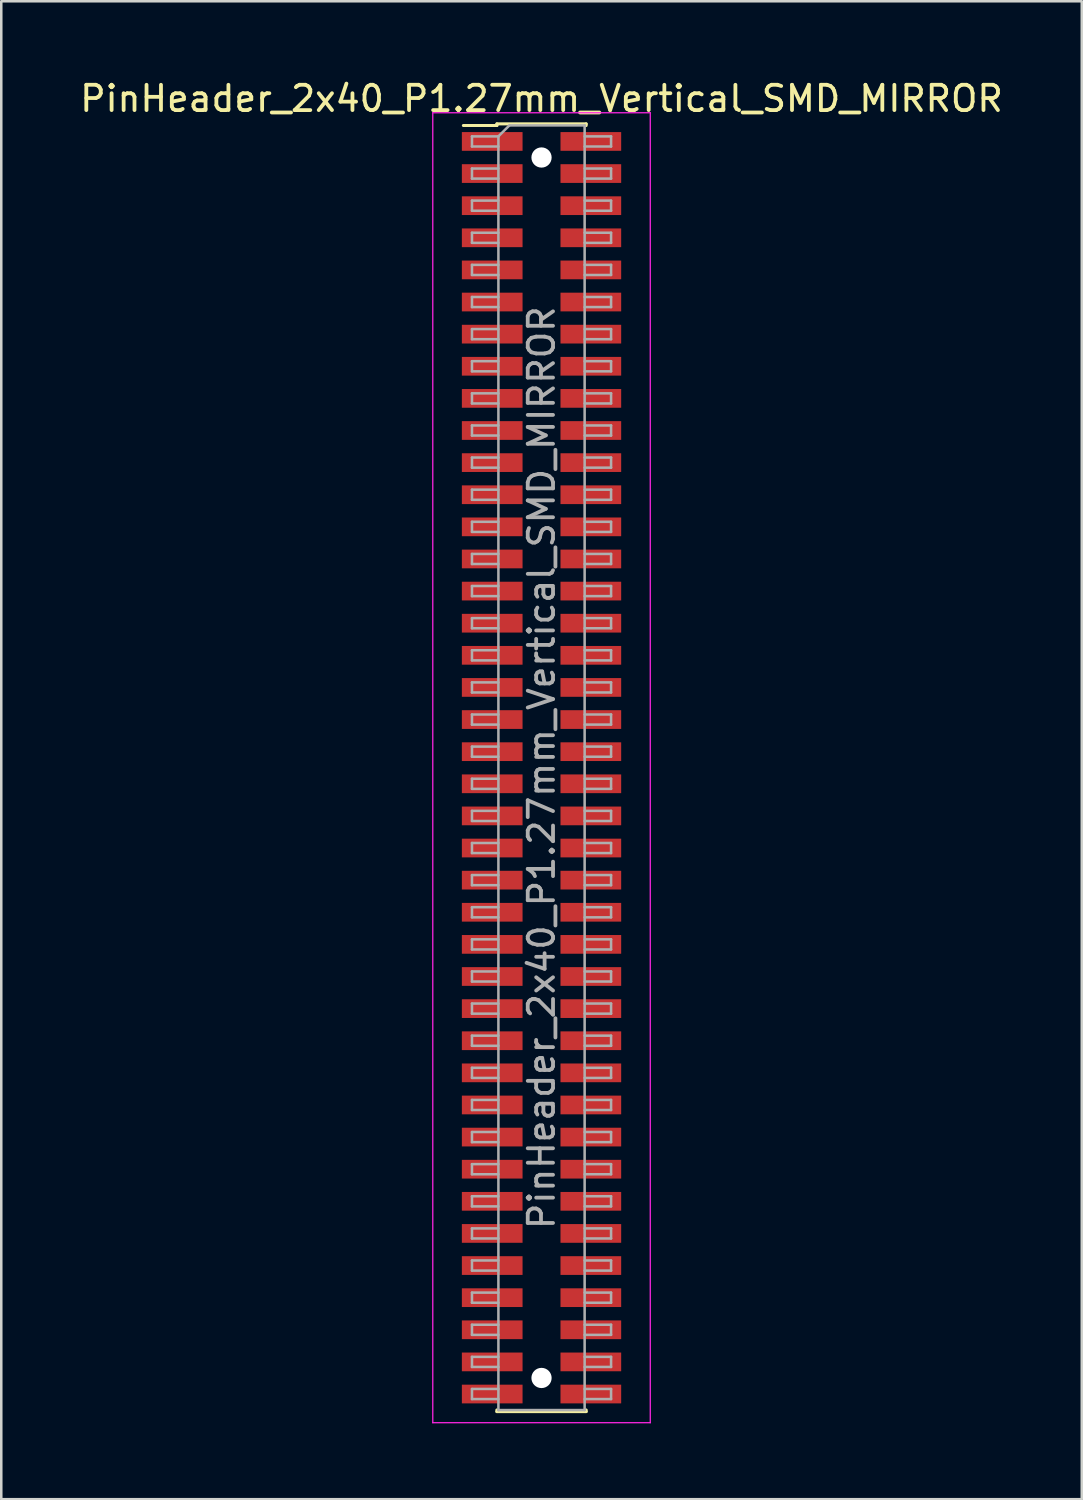
<source format=kicad_pcb>
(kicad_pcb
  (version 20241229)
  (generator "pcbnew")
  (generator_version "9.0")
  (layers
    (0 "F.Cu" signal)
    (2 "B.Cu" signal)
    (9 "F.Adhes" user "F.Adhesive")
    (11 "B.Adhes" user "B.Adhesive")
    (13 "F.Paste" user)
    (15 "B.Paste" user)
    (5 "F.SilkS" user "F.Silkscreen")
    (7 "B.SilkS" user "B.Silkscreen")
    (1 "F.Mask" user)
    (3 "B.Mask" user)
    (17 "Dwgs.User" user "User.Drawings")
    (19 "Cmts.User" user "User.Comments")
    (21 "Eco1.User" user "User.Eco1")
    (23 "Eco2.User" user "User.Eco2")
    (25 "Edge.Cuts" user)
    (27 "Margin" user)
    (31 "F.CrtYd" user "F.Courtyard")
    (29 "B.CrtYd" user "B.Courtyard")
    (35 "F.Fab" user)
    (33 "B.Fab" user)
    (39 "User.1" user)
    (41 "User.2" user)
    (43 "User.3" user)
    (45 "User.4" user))
  (footprint "PinHeader_2x40_P1.27mm_Vertical_SMD_MIRROR"
    (layer "F.Cu")
    (at 18.363 27.308)
    (property "Reference" "PinHeader_2x40_P1.27mm_Vertical_SMD_MIRROR" (at 0 -26.46 0) (layer "F.SilkS") (effects (font (size 1 1) (thickness 0.15))))
    (attr smd)
    (fp_line (start -3.09 -25.395) (end -1.765 -25.395) (stroke (width 0.12) (type solid)) (layer "F.SilkS"))
    (fp_line (start -1.765 -25.46) (end -1.765 -25.395) (stroke (width 0.12) (type solid)) (layer "F.SilkS"))
    (fp_line (start -1.765 -25.46) (end 1.765 -25.46) (stroke (width 0.12) (type solid)) (layer "F.SilkS"))
    (fp_line (start -1.765 25.395) (end -1.765 25.46) (stroke (width 0.12) (type solid)) (layer "F.SilkS"))
    (fp_line (start -1.765 25.46) (end 1.765 25.46) (stroke (width 0.12) (type solid)) (layer "F.SilkS"))
    (fp_line (start 1.765 -25.46) (end 1.765 -25.395) (stroke (width 0.12) (type solid)) (layer "F.SilkS"))
    (fp_line (start 1.765 25.395) (end 1.765 25.46) (stroke (width 0.12) (type solid)) (layer "F.SilkS"))
    (fp_line (start -4.3 -25.9) (end -4.3 25.9) (stroke (width 0.05) (type solid)) (layer "F.CrtYd"))
    (fp_line (start -4.3 25.9) (end 4.3 25.9) (stroke (width 0.05) (type solid)) (layer "F.CrtYd"))
    (fp_line (start 4.3 -25.9) (end -4.3 -25.9) (stroke (width 0.05) (type solid)) (layer "F.CrtYd"))
    (fp_line (start 4.3 25.9) (end 4.3 -25.9) (stroke (width 0.05) (type solid)) (layer "F.CrtYd"))
    (fp_line (start -2.75 -24.965) (end -2.75 -24.565) (stroke (width 0.1) (type solid)) (layer "F.Fab"))
    (fp_line (start -2.75 -24.565) (end -1.705 -24.565) (stroke (width 0.1) (type solid)) (layer "F.Fab"))
    (fp_line (start -2.75 -23.695) (end -2.75 -23.295) (stroke (width 0.1) (type solid)) (layer "F.Fab"))
    (fp_line (start -2.75 -23.295) (end -1.705 -23.295) (stroke (width 0.1) (type solid)) (layer "F.Fab"))
    (fp_line (start -2.75 -22.425) (end -2.75 -22.025) (stroke (width 0.1) (type solid)) (layer "F.Fab"))
    (fp_line (start -2.75 -22.025) (end -1.705 -22.025) (stroke (width 0.1) (type solid)) (layer "F.Fab"))
    (fp_line (start -2.75 -21.155) (end -2.75 -20.755) (stroke (width 0.1) (type solid)) (layer "F.Fab"))
    (fp_line (start -2.75 -20.755) (end -1.705 -20.755) (stroke (width 0.1) (type solid)) (layer "F.Fab"))
    (fp_line (start -2.75 -19.885) (end -2.75 -19.485) (stroke (width 0.1) (type solid)) (layer "F.Fab"))
    (fp_line (start -2.75 -19.485) (end -1.705 -19.485) (stroke (width 0.1) (type solid)) (layer "F.Fab"))
    (fp_line (start -2.75 -18.615) (end -2.75 -18.215) (stroke (width 0.1) (type solid)) (layer "F.Fab"))
    (fp_line (start -2.75 -18.215) (end -1.705 -18.215) (stroke (width 0.1) (type solid)) (layer "F.Fab"))
    (fp_line (start -2.75 -17.345) (end -2.75 -16.945) (stroke (width 0.1) (type solid)) (layer "F.Fab"))
    (fp_line (start -2.75 -16.945) (end -1.705 -16.945) (stroke (width 0.1) (type solid)) (layer "F.Fab"))
    (fp_line (start -2.75 -16.075) (end -2.75 -15.675) (stroke (width 0.1) (type solid)) (layer "F.Fab"))
    (fp_line (start -2.75 -15.675) (end -1.705 -15.675) (stroke (width 0.1) (type solid)) (layer "F.Fab"))
    (fp_line (start -2.75 -14.805) (end -2.75 -14.405) (stroke (width 0.1) (type solid)) (layer "F.Fab"))
    (fp_line (start -2.75 -14.405) (end -1.705 -14.405) (stroke (width 0.1) (type solid)) (layer "F.Fab"))
    (fp_line (start -2.75 -13.535) (end -2.75 -13.135) (stroke (width 0.1) (type solid)) (layer "F.Fab"))
    (fp_line (start -2.75 -13.135) (end -1.705 -13.135) (stroke (width 0.1) (type solid)) (layer "F.Fab"))
    (fp_line (start -2.75 -12.265) (end -2.75 -11.865) (stroke (width 0.1) (type solid)) (layer "F.Fab"))
    (fp_line (start -2.75 -11.865) (end -1.705 -11.865) (stroke (width 0.1) (type solid)) (layer "F.Fab"))
    (fp_line (start -2.75 -10.995) (end -2.75 -10.595) (stroke (width 0.1) (type solid)) (layer "F.Fab"))
    (fp_line (start -2.75 -10.595) (end -1.705 -10.595) (stroke (width 0.1) (type solid)) (layer "F.Fab"))
    (fp_line (start -2.75 -9.725) (end -2.75 -9.325) (stroke (width 0.1) (type solid)) (layer "F.Fab"))
    (fp_line (start -2.75 -9.325) (end -1.705 -9.325) (stroke (width 0.1) (type solid)) (layer "F.Fab"))
    (fp_line (start -2.75 -8.455) (end -2.75 -8.055) (stroke (width 0.1) (type solid)) (layer "F.Fab"))
    (fp_line (start -2.75 -8.055) (end -1.705 -8.055) (stroke (width 0.1) (type solid)) (layer "F.Fab"))
    (fp_line (start -2.75 -7.185) (end -2.75 -6.785) (stroke (width 0.1) (type solid)) (layer "F.Fab"))
    (fp_line (start -2.75 -6.785) (end -1.705 -6.785) (stroke (width 0.1) (type solid)) (layer "F.Fab"))
    (fp_line (start -2.75 -5.915) (end -2.75 -5.515) (stroke (width 0.1) (type solid)) (layer "F.Fab"))
    (fp_line (start -2.75 -5.515) (end -1.705 -5.515) (stroke (width 0.1) (type solid)) (layer "F.Fab"))
    (fp_line (start -2.75 -4.645) (end -2.75 -4.245) (stroke (width 0.1) (type solid)) (layer "F.Fab"))
    (fp_line (start -2.75 -4.245) (end -1.705 -4.245) (stroke (width 0.1) (type solid)) (layer "F.Fab"))
    (fp_line (start -2.75 -3.375) (end -2.75 -2.975) (stroke (width 0.1) (type solid)) (layer "F.Fab"))
    (fp_line (start -2.75 -2.975) (end -1.705 -2.975) (stroke (width 0.1) (type solid)) (layer "F.Fab"))
    (fp_line (start -2.75 -2.105) (end -2.75 -1.705) (stroke (width 0.1) (type solid)) (layer "F.Fab"))
    (fp_line (start -2.75 -1.705) (end -1.705 -1.705) (stroke (width 0.1) (type solid)) (layer "F.Fab"))
    (fp_line (start -2.75 -0.835) (end -2.75 -0.435) (stroke (width 0.1) (type solid)) (layer "F.Fab"))
    (fp_line (start -2.75 -0.435) (end -1.705 -0.435) (stroke (width 0.1) (type solid)) (layer "F.Fab"))
    (fp_line (start -2.75 0.435) (end -2.75 0.835) (stroke (width 0.1) (type solid)) (layer "F.Fab"))
    (fp_line (start -2.75 0.835) (end -1.705 0.835) (stroke (width 0.1) (type solid)) (layer "F.Fab"))
    (fp_line (start -2.75 1.705) (end -2.75 2.105) (stroke (width 0.1) (type solid)) (layer "F.Fab"))
    (fp_line (start -2.75 2.105) (end -1.705 2.105) (stroke (width 0.1) (type solid)) (layer "F.Fab"))
    (fp_line (start -2.75 2.975) (end -2.75 3.375) (stroke (width 0.1) (type solid)) (layer "F.Fab"))
    (fp_line (start -2.75 3.375) (end -1.705 3.375) (stroke (width 0.1) (type solid)) (layer "F.Fab"))
    (fp_line (start -2.75 4.245) (end -2.75 4.645) (stroke (width 0.1) (type solid)) (layer "F.Fab"))
    (fp_line (start -2.75 4.645) (end -1.705 4.645) (stroke (width 0.1) (type solid)) (layer "F.Fab"))
    (fp_line (start -2.75 5.515) (end -2.75 5.915) (stroke (width 0.1) (type solid)) (layer "F.Fab"))
    (fp_line (start -2.75 5.915) (end -1.705 5.915) (stroke (width 0.1) (type solid)) (layer "F.Fab"))
    (fp_line (start -2.75 6.785) (end -2.75 7.185) (stroke (width 0.1) (type solid)) (layer "F.Fab"))
    (fp_line (start -2.75 7.185) (end -1.705 7.185) (stroke (width 0.1) (type solid)) (layer "F.Fab"))
    (fp_line (start -2.75 8.055) (end -2.75 8.455) (stroke (width 0.1) (type solid)) (layer "F.Fab"))
    (fp_line (start -2.75 8.455) (end -1.705 8.455) (stroke (width 0.1) (type solid)) (layer "F.Fab"))
    (fp_line (start -2.75 9.325) (end -2.75 9.725) (stroke (width 0.1) (type solid)) (layer "F.Fab"))
    (fp_line (start -2.75 9.725) (end -1.705 9.725) (stroke (width 0.1) (type solid)) (layer "F.Fab"))
    (fp_line (start -2.75 10.595) (end -2.75 10.995) (stroke (width 0.1) (type solid)) (layer "F.Fab"))
    (fp_line (start -2.75 10.995) (end -1.705 10.995) (stroke (width 0.1) (type solid)) (layer "F.Fab"))
    (fp_line (start -2.75 11.865) (end -2.75 12.265) (stroke (width 0.1) (type solid)) (layer "F.Fab"))
    (fp_line (start -2.75 12.265) (end -1.705 12.265) (stroke (width 0.1) (type solid)) (layer "F.Fab"))
    (fp_line (start -2.75 13.135) (end -2.75 13.535) (stroke (width 0.1) (type solid)) (layer "F.Fab"))
    (fp_line (start -2.75 13.535) (end -1.705 13.535) (stroke (width 0.1) (type solid)) (layer "F.Fab"))
    (fp_line (start -2.75 14.405) (end -2.75 14.805) (stroke (width 0.1) (type solid)) (layer "F.Fab"))
    (fp_line (start -2.75 14.805) (end -1.705 14.805) (stroke (width 0.1) (type solid)) (layer "F.Fab"))
    (fp_line (start -2.75 15.675) (end -2.75 16.075) (stroke (width 0.1) (type solid)) (layer "F.Fab"))
    (fp_line (start -2.75 16.075) (end -1.705 16.075) (stroke (width 0.1) (type solid)) (layer "F.Fab"))
    (fp_line (start -2.75 16.945) (end -2.75 17.345) (stroke (width 0.1) (type solid)) (layer "F.Fab"))
    (fp_line (start -2.75 17.345) (end -1.705 17.345) (stroke (width 0.1) (type solid)) (layer "F.Fab"))
    (fp_line (start -2.75 18.215) (end -2.75 18.615) (stroke (width 0.1) (type solid)) (layer "F.Fab"))
    (fp_line (start -2.75 18.615) (end -1.705 18.615) (stroke (width 0.1) (type solid)) (layer "F.Fab"))
    (fp_line (start -2.75 19.485) (end -2.75 19.885) (stroke (width 0.1) (type solid)) (layer "F.Fab"))
    (fp_line (start -2.75 19.885) (end -1.705 19.885) (stroke (width 0.1) (type solid)) (layer "F.Fab"))
    (fp_line (start -2.75 20.755) (end -2.75 21.155) (stroke (width 0.1) (type solid)) (layer "F.Fab"))
    (fp_line (start -2.75 21.155) (end -1.705 21.155) (stroke (width 0.1) (type solid)) (layer "F.Fab"))
    (fp_line (start -2.75 22.025) (end -2.75 22.425) (stroke (width 0.1) (type solid)) (layer "F.Fab"))
    (fp_line (start -2.75 22.425) (end -1.705 22.425) (stroke (width 0.1) (type solid)) (layer "F.Fab"))
    (fp_line (start -2.75 23.295) (end -2.75 23.695) (stroke (width 0.1) (type solid)) (layer "F.Fab"))
    (fp_line (start -2.75 23.695) (end -1.705 23.695) (stroke (width 0.1) (type solid)) (layer "F.Fab"))
    (fp_line (start -2.75 24.565) (end -2.75 24.965) (stroke (width 0.1) (type solid)) (layer "F.Fab"))
    (fp_line (start -2.75 24.965) (end -1.705 24.965) (stroke (width 0.1) (type solid)) (layer "F.Fab"))
    (fp_line (start -1.705 -24.965) (end -2.75 -24.965) (stroke (width 0.1) (type solid)) (layer "F.Fab"))
    (fp_line (start -1.705 -24.965) (end -1.27 -25.4) (stroke (width 0.1) (type solid)) (layer "F.Fab"))
    (fp_line (start -1.705 -23.695) (end -2.75 -23.695) (stroke (width 0.1) (type solid)) (layer "F.Fab"))
    (fp_line (start -1.705 -22.425) (end -2.75 -22.425) (stroke (width 0.1) (type solid)) (layer "F.Fab"))
    (fp_line (start -1.705 -21.155) (end -2.75 -21.155) (stroke (width 0.1) (type solid)) (layer "F.Fab"))
    (fp_line (start -1.705 -19.885) (end -2.75 -19.885) (stroke (width 0.1) (type solid)) (layer "F.Fab"))
    (fp_line (start -1.705 -18.615) (end -2.75 -18.615) (stroke (width 0.1) (type solid)) (layer "F.Fab"))
    (fp_line (start -1.705 -17.345) (end -2.75 -17.345) (stroke (width 0.1) (type solid)) (layer "F.Fab"))
    (fp_line (start -1.705 -16.075) (end -2.75 -16.075) (stroke (width 0.1) (type solid)) (layer "F.Fab"))
    (fp_line (start -1.705 -14.805) (end -2.75 -14.805) (stroke (width 0.1) (type solid)) (layer "F.Fab"))
    (fp_line (start -1.705 -13.535) (end -2.75 -13.535) (stroke (width 0.1) (type solid)) (layer "F.Fab"))
    (fp_line (start -1.705 -12.265) (end -2.75 -12.265) (stroke (width 0.1) (type solid)) (layer "F.Fab"))
    (fp_line (start -1.705 -10.995) (end -2.75 -10.995) (stroke (width 0.1) (type solid)) (layer "F.Fab"))
    (fp_line (start -1.705 -9.725) (end -2.75 -9.725) (stroke (width 0.1) (type solid)) (layer "F.Fab"))
    (fp_line (start -1.705 -8.455) (end -2.75 -8.455) (stroke (width 0.1) (type solid)) (layer "F.Fab"))
    (fp_line (start -1.705 -7.185) (end -2.75 -7.185) (stroke (width 0.1) (type solid)) (layer "F.Fab"))
    (fp_line (start -1.705 -5.915) (end -2.75 -5.915) (stroke (width 0.1) (type solid)) (layer "F.Fab"))
    (fp_line (start -1.705 -4.645) (end -2.75 -4.645) (stroke (width 0.1) (type solid)) (layer "F.Fab"))
    (fp_line (start -1.705 -3.375) (end -2.75 -3.375) (stroke (width 0.1) (type solid)) (layer "F.Fab"))
    (fp_line (start -1.705 -2.105) (end -2.75 -2.105) (stroke (width 0.1) (type solid)) (layer "F.Fab"))
    (fp_line (start -1.705 -0.835) (end -2.75 -0.835) (stroke (width 0.1) (type solid)) (layer "F.Fab"))
    (fp_line (start -1.705 0.435) (end -2.75 0.435) (stroke (width 0.1) (type solid)) (layer "F.Fab"))
    (fp_line (start -1.705 1.705) (end -2.75 1.705) (stroke (width 0.1) (type solid)) (layer "F.Fab"))
    (fp_line (start -1.705 2.975) (end -2.75 2.975) (stroke (width 0.1) (type solid)) (layer "F.Fab"))
    (fp_line (start -1.705 4.245) (end -2.75 4.245) (stroke (width 0.1) (type solid)) (layer "F.Fab"))
    (fp_line (start -1.705 5.515) (end -2.75 5.515) (stroke (width 0.1) (type solid)) (layer "F.Fab"))
    (fp_line (start -1.705 6.785) (end -2.75 6.785) (stroke (width 0.1) (type solid)) (layer "F.Fab"))
    (fp_line (start -1.705 8.055) (end -2.75 8.055) (stroke (width 0.1) (type solid)) (layer "F.Fab"))
    (fp_line (start -1.705 9.325) (end -2.75 9.325) (stroke (width 0.1) (type solid)) (layer "F.Fab"))
    (fp_line (start -1.705 10.595) (end -2.75 10.595) (stroke (width 0.1) (type solid)) (layer "F.Fab"))
    (fp_line (start -1.705 11.865) (end -2.75 11.865) (stroke (width 0.1) (type solid)) (layer "F.Fab"))
    (fp_line (start -1.705 13.135) (end -2.75 13.135) (stroke (width 0.1) (type solid)) (layer "F.Fab"))
    (fp_line (start -1.705 14.405) (end -2.75 14.405) (stroke (width 0.1) (type solid)) (layer "F.Fab"))
    (fp_line (start -1.705 15.675) (end -2.75 15.675) (stroke (width 0.1) (type solid)) (layer "F.Fab"))
    (fp_line (start -1.705 16.945) (end -2.75 16.945) (stroke (width 0.1) (type solid)) (layer "F.Fab"))
    (fp_line (start -1.705 18.215) (end -2.75 18.215) (stroke (width 0.1) (type solid)) (layer "F.Fab"))
    (fp_line (start -1.705 19.485) (end -2.75 19.485) (stroke (width 0.1) (type solid)) (layer "F.Fab"))
    (fp_line (start -1.705 20.755) (end -2.75 20.755) (stroke (width 0.1) (type solid)) (layer "F.Fab"))
    (fp_line (start -1.705 22.025) (end -2.75 22.025) (stroke (width 0.1) (type solid)) (layer "F.Fab"))
    (fp_line (start -1.705 23.295) (end -2.75 23.295) (stroke (width 0.1) (type solid)) (layer "F.Fab"))
    (fp_line (start -1.705 24.565) (end -2.75 24.565) (stroke (width 0.1) (type solid)) (layer "F.Fab"))
    (fp_line (start -1.705 25.4) (end -1.705 -24.965) (stroke (width 0.1) (type solid)) (layer "F.Fab"))
    (fp_line (start -1.27 -25.4) (end 1.705 -25.4) (stroke (width 0.1) (type solid)) (layer "F.Fab"))
    (fp_line (start 1.705 -25.4) (end 1.705 25.4) (stroke (width 0.1) (type solid)) (layer "F.Fab"))
    (fp_line (start 1.705 -24.965) (end 2.75 -24.965) (stroke (width 0.1) (type solid)) (layer "F.Fab"))
    (fp_line (start 1.705 -23.695) (end 2.75 -23.695) (stroke (width 0.1) (type solid)) (layer "F.Fab"))
    (fp_line (start 1.705 -22.425) (end 2.75 -22.425) (stroke (width 0.1) (type solid)) (layer "F.Fab"))
    (fp_line (start 1.705 -21.155) (end 2.75 -21.155) (stroke (width 0.1) (type solid)) (layer "F.Fab"))
    (fp_line (start 1.705 -19.885) (end 2.75 -19.885) (stroke (width 0.1) (type solid)) (layer "F.Fab"))
    (fp_line (start 1.705 -18.615) (end 2.75 -18.615) (stroke (width 0.1) (type solid)) (layer "F.Fab"))
    (fp_line (start 1.705 -17.345) (end 2.75 -17.345) (stroke (width 0.1) (type solid)) (layer "F.Fab"))
    (fp_line (start 1.705 -16.075) (end 2.75 -16.075) (stroke (width 0.1) (type solid)) (layer "F.Fab"))
    (fp_line (start 1.705 -14.805) (end 2.75 -14.805) (stroke (width 0.1) (type solid)) (layer "F.Fab"))
    (fp_line (start 1.705 -13.535) (end 2.75 -13.535) (stroke (width 0.1) (type solid)) (layer "F.Fab"))
    (fp_line (start 1.705 -12.265) (end 2.75 -12.265) (stroke (width 0.1) (type solid)) (layer "F.Fab"))
    (fp_line (start 1.705 -10.995) (end 2.75 -10.995) (stroke (width 0.1) (type solid)) (layer "F.Fab"))
    (fp_line (start 1.705 -9.725) (end 2.75 -9.725) (stroke (width 0.1) (type solid)) (layer "F.Fab"))
    (fp_line (start 1.705 -8.455) (end 2.75 -8.455) (stroke (width 0.1) (type solid)) (layer "F.Fab"))
    (fp_line (start 1.705 -7.185) (end 2.75 -7.185) (stroke (width 0.1) (type solid)) (layer "F.Fab"))
    (fp_line (start 1.705 -5.915) (end 2.75 -5.915) (stroke (width 0.1) (type solid)) (layer "F.Fab"))
    (fp_line (start 1.705 -4.645) (end 2.75 -4.645) (stroke (width 0.1) (type solid)) (layer "F.Fab"))
    (fp_line (start 1.705 -3.375) (end 2.75 -3.375) (stroke (width 0.1) (type solid)) (layer "F.Fab"))
    (fp_line (start 1.705 -2.105) (end 2.75 -2.105) (stroke (width 0.1) (type solid)) (layer "F.Fab"))
    (fp_line (start 1.705 -0.835) (end 2.75 -0.835) (stroke (width 0.1) (type solid)) (layer "F.Fab"))
    (fp_line (start 1.705 0.435) (end 2.75 0.435) (stroke (width 0.1) (type solid)) (layer "F.Fab"))
    (fp_line (start 1.705 1.705) (end 2.75 1.705) (stroke (width 0.1) (type solid)) (layer "F.Fab"))
    (fp_line (start 1.705 2.975) (end 2.75 2.975) (stroke (width 0.1) (type solid)) (layer "F.Fab"))
    (fp_line (start 1.705 4.245) (end 2.75 4.245) (stroke (width 0.1) (type solid)) (layer "F.Fab"))
    (fp_line (start 1.705 5.515) (end 2.75 5.515) (stroke (width 0.1) (type solid)) (layer "F.Fab"))
    (fp_line (start 1.705 6.785) (end 2.75 6.785) (stroke (width 0.1) (type solid)) (layer "F.Fab"))
    (fp_line (start 1.705 8.055) (end 2.75 8.055) (stroke (width 0.1) (type solid)) (layer "F.Fab"))
    (fp_line (start 1.705 9.325) (end 2.75 9.325) (stroke (width 0.1) (type solid)) (layer "F.Fab"))
    (fp_line (start 1.705 10.595) (end 2.75 10.595) (stroke (width 0.1) (type solid)) (layer "F.Fab"))
    (fp_line (start 1.705 11.865) (end 2.75 11.865) (stroke (width 0.1) (type solid)) (layer "F.Fab"))
    (fp_line (start 1.705 13.135) (end 2.75 13.135) (stroke (width 0.1) (type solid)) (layer "F.Fab"))
    (fp_line (start 1.705 14.405) (end 2.75 14.405) (stroke (width 0.1) (type solid)) (layer "F.Fab"))
    (fp_line (start 1.705 15.675) (end 2.75 15.675) (stroke (width 0.1) (type solid)) (layer "F.Fab"))
    (fp_line (start 1.705 16.945) (end 2.75 16.945) (stroke (width 0.1) (type solid)) (layer "F.Fab"))
    (fp_line (start 1.705 18.215) (end 2.75 18.215) (stroke (width 0.1) (type solid)) (layer "F.Fab"))
    (fp_line (start 1.705 19.485) (end 2.75 19.485) (stroke (width 0.1) (type solid)) (layer "F.Fab"))
    (fp_line (start 1.705 20.755) (end 2.75 20.755) (stroke (width 0.1) (type solid)) (layer "F.Fab"))
    (fp_line (start 1.705 22.025) (end 2.75 22.025) (stroke (width 0.1) (type solid)) (layer "F.Fab"))
    (fp_line (start 1.705 23.295) (end 2.75 23.295) (stroke (width 0.1) (type solid)) (layer "F.Fab"))
    (fp_line (start 1.705 24.565) (end 2.75 24.565) (stroke (width 0.1) (type solid)) (layer "F.Fab"))
    (fp_line (start 1.705 25.4) (end -1.705 25.4) (stroke (width 0.1) (type solid)) (layer "F.Fab"))
    (fp_line (start 2.75 -24.965) (end 2.75 -24.565) (stroke (width 0.1) (type solid)) (layer "F.Fab"))
    (fp_line (start 2.75 -24.565) (end 1.705 -24.565) (stroke (width 0.1) (type solid)) (layer "F.Fab"))
    (fp_line (start 2.75 -23.695) (end 2.75 -23.295) (stroke (width 0.1) (type solid)) (layer "F.Fab"))
    (fp_line (start 2.75 -23.295) (end 1.705 -23.295) (stroke (width 0.1) (type solid)) (layer "F.Fab"))
    (fp_line (start 2.75 -22.425) (end 2.75 -22.025) (stroke (width 0.1) (type solid)) (layer "F.Fab"))
    (fp_line (start 2.75 -22.025) (end 1.705 -22.025) (stroke (width 0.1) (type solid)) (layer "F.Fab"))
    (fp_line (start 2.75 -21.155) (end 2.75 -20.755) (stroke (width 0.1) (type solid)) (layer "F.Fab"))
    (fp_line (start 2.75 -20.755) (end 1.705 -20.755) (stroke (width 0.1) (type solid)) (layer "F.Fab"))
    (fp_line (start 2.75 -19.885) (end 2.75 -19.485) (stroke (width 0.1) (type solid)) (layer "F.Fab"))
    (fp_line (start 2.75 -19.485) (end 1.705 -19.485) (stroke (width 0.1) (type solid)) (layer "F.Fab"))
    (fp_line (start 2.75 -18.615) (end 2.75 -18.215) (stroke (width 0.1) (type solid)) (layer "F.Fab"))
    (fp_line (start 2.75 -18.215) (end 1.705 -18.215) (stroke (width 0.1) (type solid)) (layer "F.Fab"))
    (fp_line (start 2.75 -17.345) (end 2.75 -16.945) (stroke (width 0.1) (type solid)) (layer "F.Fab"))
    (fp_line (start 2.75 -16.945) (end 1.705 -16.945) (stroke (width 0.1) (type solid)) (layer "F.Fab"))
    (fp_line (start 2.75 -16.075) (end 2.75 -15.675) (stroke (width 0.1) (type solid)) (layer "F.Fab"))
    (fp_line (start 2.75 -15.675) (end 1.705 -15.675) (stroke (width 0.1) (type solid)) (layer "F.Fab"))
    (fp_line (start 2.75 -14.805) (end 2.75 -14.405) (stroke (width 0.1) (type solid)) (layer "F.Fab"))
    (fp_line (start 2.75 -14.405) (end 1.705 -14.405) (stroke (width 0.1) (type solid)) (layer "F.Fab"))
    (fp_line (start 2.75 -13.535) (end 2.75 -13.135) (stroke (width 0.1) (type solid)) (layer "F.Fab"))
    (fp_line (start 2.75 -13.135) (end 1.705 -13.135) (stroke (width 0.1) (type solid)) (layer "F.Fab"))
    (fp_line (start 2.75 -12.265) (end 2.75 -11.865) (stroke (width 0.1) (type solid)) (layer "F.Fab"))
    (fp_line (start 2.75 -11.865) (end 1.705 -11.865) (stroke (width 0.1) (type solid)) (layer "F.Fab"))
    (fp_line (start 2.75 -10.995) (end 2.75 -10.595) (stroke (width 0.1) (type solid)) (layer "F.Fab"))
    (fp_line (start 2.75 -10.595) (end 1.705 -10.595) (stroke (width 0.1) (type solid)) (layer "F.Fab"))
    (fp_line (start 2.75 -9.725) (end 2.75 -9.325) (stroke (width 0.1) (type solid)) (layer "F.Fab"))
    (fp_line (start 2.75 -9.325) (end 1.705 -9.325) (stroke (width 0.1) (type solid)) (layer "F.Fab"))
    (fp_line (start 2.75 -8.455) (end 2.75 -8.055) (stroke (width 0.1) (type solid)) (layer "F.Fab"))
    (fp_line (start 2.75 -8.055) (end 1.705 -8.055) (stroke (width 0.1) (type solid)) (layer "F.Fab"))
    (fp_line (start 2.75 -7.185) (end 2.75 -6.785) (stroke (width 0.1) (type solid)) (layer "F.Fab"))
    (fp_line (start 2.75 -6.785) (end 1.705 -6.785) (stroke (width 0.1) (type solid)) (layer "F.Fab"))
    (fp_line (start 2.75 -5.915) (end 2.75 -5.515) (stroke (width 0.1) (type solid)) (layer "F.Fab"))
    (fp_line (start 2.75 -5.515) (end 1.705 -5.515) (stroke (width 0.1) (type solid)) (layer "F.Fab"))
    (fp_line (start 2.75 -4.645) (end 2.75 -4.245) (stroke (width 0.1) (type solid)) (layer "F.Fab"))
    (fp_line (start 2.75 -4.245) (end 1.705 -4.245) (stroke (width 0.1) (type solid)) (layer "F.Fab"))
    (fp_line (start 2.75 -3.375) (end 2.75 -2.975) (stroke (width 0.1) (type solid)) (layer "F.Fab"))
    (fp_line (start 2.75 -2.975) (end 1.705 -2.975) (stroke (width 0.1) (type solid)) (layer "F.Fab"))
    (fp_line (start 2.75 -2.105) (end 2.75 -1.705) (stroke (width 0.1) (type solid)) (layer "F.Fab"))
    (fp_line (start 2.75 -1.705) (end 1.705 -1.705) (stroke (width 0.1) (type solid)) (layer "F.Fab"))
    (fp_line (start 2.75 -0.835) (end 2.75 -0.435) (stroke (width 0.1) (type solid)) (layer "F.Fab"))
    (fp_line (start 2.75 -0.435) (end 1.705 -0.435) (stroke (width 0.1) (type solid)) (layer "F.Fab"))
    (fp_line (start 2.75 0.435) (end 2.75 0.835) (stroke (width 0.1) (type solid)) (layer "F.Fab"))
    (fp_line (start 2.75 0.835) (end 1.705 0.835) (stroke (width 0.1) (type solid)) (layer "F.Fab"))
    (fp_line (start 2.75 1.705) (end 2.75 2.105) (stroke (width 0.1) (type solid)) (layer "F.Fab"))
    (fp_line (start 2.75 2.105) (end 1.705 2.105) (stroke (width 0.1) (type solid)) (layer "F.Fab"))
    (fp_line (start 2.75 2.975) (end 2.75 3.375) (stroke (width 0.1) (type solid)) (layer "F.Fab"))
    (fp_line (start 2.75 3.375) (end 1.705 3.375) (stroke (width 0.1) (type solid)) (layer "F.Fab"))
    (fp_line (start 2.75 4.245) (end 2.75 4.645) (stroke (width 0.1) (type solid)) (layer "F.Fab"))
    (fp_line (start 2.75 4.645) (end 1.705 4.645) (stroke (width 0.1) (type solid)) (layer "F.Fab"))
    (fp_line (start 2.75 5.515) (end 2.75 5.915) (stroke (width 0.1) (type solid)) (layer "F.Fab"))
    (fp_line (start 2.75 5.915) (end 1.705 5.915) (stroke (width 0.1) (type solid)) (layer "F.Fab"))
    (fp_line (start 2.75 6.785) (end 2.75 7.185) (stroke (width 0.1) (type solid)) (layer "F.Fab"))
    (fp_line (start 2.75 7.185) (end 1.705 7.185) (stroke (width 0.1) (type solid)) (layer "F.Fab"))
    (fp_line (start 2.75 8.055) (end 2.75 8.455) (stroke (width 0.1) (type solid)) (layer "F.Fab"))
    (fp_line (start 2.75 8.455) (end 1.705 8.455) (stroke (width 0.1) (type solid)) (layer "F.Fab"))
    (fp_line (start 2.75 9.325) (end 2.75 9.725) (stroke (width 0.1) (type solid)) (layer "F.Fab"))
    (fp_line (start 2.75 9.725) (end 1.705 9.725) (stroke (width 0.1) (type solid)) (layer "F.Fab"))
    (fp_line (start 2.75 10.595) (end 2.75 10.995) (stroke (width 0.1) (type solid)) (layer "F.Fab"))
    (fp_line (start 2.75 10.995) (end 1.705 10.995) (stroke (width 0.1) (type solid)) (layer "F.Fab"))
    (fp_line (start 2.75 11.865) (end 2.75 12.265) (stroke (width 0.1) (type solid)) (layer "F.Fab"))
    (fp_line (start 2.75 12.265) (end 1.705 12.265) (stroke (width 0.1) (type solid)) (layer "F.Fab"))
    (fp_line (start 2.75 13.135) (end 2.75 13.535) (stroke (width 0.1) (type solid)) (layer "F.Fab"))
    (fp_line (start 2.75 13.535) (end 1.705 13.535) (stroke (width 0.1) (type solid)) (layer "F.Fab"))
    (fp_line (start 2.75 14.405) (end 2.75 14.805) (stroke (width 0.1) (type solid)) (layer "F.Fab"))
    (fp_line (start 2.75 14.805) (end 1.705 14.805) (stroke (width 0.1) (type solid)) (layer "F.Fab"))
    (fp_line (start 2.75 15.675) (end 2.75 16.075) (stroke (width 0.1) (type solid)) (layer "F.Fab"))
    (fp_line (start 2.75 16.075) (end 1.705 16.075) (stroke (width 0.1) (type solid)) (layer "F.Fab"))
    (fp_line (start 2.75 16.945) (end 2.75 17.345) (stroke (width 0.1) (type solid)) (layer "F.Fab"))
    (fp_line (start 2.75 17.345) (end 1.705 17.345) (stroke (width 0.1) (type solid)) (layer "F.Fab"))
    (fp_line (start 2.75 18.215) (end 2.75 18.615) (stroke (width 0.1) (type solid)) (layer "F.Fab"))
    (fp_line (start 2.75 18.615) (end 1.705 18.615) (stroke (width 0.1) (type solid)) (layer "F.Fab"))
    (fp_line (start 2.75 19.485) (end 2.75 19.885) (stroke (width 0.1) (type solid)) (layer "F.Fab"))
    (fp_line (start 2.75 19.885) (end 1.705 19.885) (stroke (width 0.1) (type solid)) (layer "F.Fab"))
    (fp_line (start 2.75 20.755) (end 2.75 21.155) (stroke (width 0.1) (type solid)) (layer "F.Fab"))
    (fp_line (start 2.75 21.155) (end 1.705 21.155) (stroke (width 0.1) (type solid)) (layer "F.Fab"))
    (fp_line (start 2.75 22.025) (end 2.75 22.425) (stroke (width 0.1) (type solid)) (layer "F.Fab"))
    (fp_line (start 2.75 22.425) (end 1.705 22.425) (stroke (width 0.1) (type solid)) (layer "F.Fab"))
    (fp_line (start 2.75 23.295) (end 2.75 23.695) (stroke (width 0.1) (type solid)) (layer "F.Fab"))
    (fp_line (start 2.75 23.695) (end 1.705 23.695) (stroke (width 0.1) (type solid)) (layer "F.Fab"))
    (fp_line (start 2.75 24.565) (end 2.75 24.965) (stroke (width 0.1) (type solid)) (layer "F.Fab"))
    (fp_line (start 2.75 24.965) (end 1.705 24.965) (stroke (width 0.1) (type solid)) (layer "F.Fab"))
    (fp_text user "${REFERENCE}" (at 0 0 90) (layer "F.Fab") (effects (font (size 1 1) (thickness 0.15))))
    (pad "" np_thru_hole circle (at 0 -24.13) (size 0.8 0.8) (drill 0.8) (layers "*.Cu" "*.Mask"))
    (pad "" np_thru_hole circle (at 0 24.13) (size 0.8 0.8) (drill 0.8) (layers "*.Cu" "*.Mask"))
    (pad "1" smd rect (at 1.95 -24.765) (size 2.4 0.74) (layers "F.Cu" "F.Mask" "F.Paste"))
    (pad "2" smd rect (at -1.95 -24.765) (size 2.4 0.74) (layers "F.Cu" "F.Mask" "F.Paste"))
    (pad "3" smd rect (at 1.95 -23.495) (size 2.4 0.74) (layers "F.Cu" "F.Mask" "F.Paste"))
    (pad "4" smd rect (at -1.95 -23.495) (size 2.4 0.74) (layers "F.Cu" "F.Mask" "F.Paste"))
    (pad "5" smd rect (at 1.95 -22.225) (size 2.4 0.74) (layers "F.Cu" "F.Mask" "F.Paste"))
    (pad "6" smd rect (at -1.95 -22.225) (size 2.4 0.74) (layers "F.Cu" "F.Mask" "F.Paste"))
    (pad "7" smd rect (at 1.95 -20.955) (size 2.4 0.74) (layers "F.Cu" "F.Mask" "F.Paste"))
    (pad "8" smd rect (at -1.95 -20.955) (size 2.4 0.74) (layers "F.Cu" "F.Mask" "F.Paste"))
    (pad "9" smd rect (at 1.95 -19.685) (size 2.4 0.74) (layers "F.Cu" "F.Mask" "F.Paste"))
    (pad "10" smd rect (at -1.95 -19.685) (size 2.4 0.74) (layers "F.Cu" "F.Mask" "F.Paste"))
    (pad "11" smd rect (at 1.95 -18.415) (size 2.4 0.74) (layers "F.Cu" "F.Mask" "F.Paste"))
    (pad "12" smd rect (at -1.95 -18.415) (size 2.4 0.74) (layers "F.Cu" "F.Mask" "F.Paste"))
    (pad "13" smd rect (at 1.95 -17.145) (size 2.4 0.74) (layers "F.Cu" "F.Mask" "F.Paste"))
    (pad "14" smd rect (at -1.95 -17.145) (size 2.4 0.74) (layers "F.Cu" "F.Mask" "F.Paste"))
    (pad "15" smd rect (at 1.95 -15.875) (size 2.4 0.74) (layers "F.Cu" "F.Mask" "F.Paste"))
    (pad "16" smd rect (at -1.95 -15.875) (size 2.4 0.74) (layers "F.Cu" "F.Mask" "F.Paste"))
    (pad "17" smd rect (at 1.95 -14.605) (size 2.4 0.74) (layers "F.Cu" "F.Mask" "F.Paste"))
    (pad "18" smd rect (at -1.95 -14.605) (size 2.4 0.74) (layers "F.Cu" "F.Mask" "F.Paste"))
    (pad "19" smd rect (at 1.95 -13.335) (size 2.4 0.74) (layers "F.Cu" "F.Mask" "F.Paste"))
    (pad "20" smd rect (at -1.95 -13.335) (size 2.4 0.74) (layers "F.Cu" "F.Mask" "F.Paste"))
    (pad "21" smd rect (at 1.95 -12.065) (size 2.4 0.74) (layers "F.Cu" "F.Mask" "F.Paste"))
    (pad "22" smd rect (at -1.95 -12.065) (size 2.4 0.74) (layers "F.Cu" "F.Mask" "F.Paste"))
    (pad "23" smd rect (at 1.95 -10.795) (size 2.4 0.74) (layers "F.Cu" "F.Mask" "F.Paste"))
    (pad "24" smd rect (at -1.95 -10.795) (size 2.4 0.74) (layers "F.Cu" "F.Mask" "F.Paste"))
    (pad "25" smd rect (at 1.95 -9.525) (size 2.4 0.74) (layers "F.Cu" "F.Mask" "F.Paste"))
    (pad "26" smd rect (at -1.95 -9.525) (size 2.4 0.74) (layers "F.Cu" "F.Mask" "F.Paste"))
    (pad "27" smd rect (at 1.95 -8.255) (size 2.4 0.74) (layers "F.Cu" "F.Mask" "F.Paste"))
    (pad "28" smd rect (at -1.95 -8.255) (size 2.4 0.74) (layers "F.Cu" "F.Mask" "F.Paste"))
    (pad "29" smd rect (at 1.95 -6.985) (size 2.4 0.74) (layers "F.Cu" "F.Mask" "F.Paste"))
    (pad "30" smd rect (at -1.95 -6.985) (size 2.4 0.74) (layers "F.Cu" "F.Mask" "F.Paste"))
    (pad "31" smd rect (at 1.95 -5.715) (size 2.4 0.74) (layers "F.Cu" "F.Mask" "F.Paste"))
    (pad "32" smd rect (at -1.95 -5.715) (size 2.4 0.74) (layers "F.Cu" "F.Mask" "F.Paste"))
    (pad "33" smd rect (at 1.95 -4.445) (size 2.4 0.74) (layers "F.Cu" "F.Mask" "F.Paste"))
    (pad "34" smd rect (at -1.95 -4.445) (size 2.4 0.74) (layers "F.Cu" "F.Mask" "F.Paste"))
    (pad "35" smd rect (at 1.95 -3.175) (size 2.4 0.74) (layers "F.Cu" "F.Mask" "F.Paste"))
    (pad "36" smd rect (at -1.95 -3.175) (size 2.4 0.74) (layers "F.Cu" "F.Mask" "F.Paste"))
    (pad "37" smd rect (at 1.95 -1.905) (size 2.4 0.74) (layers "F.Cu" "F.Mask" "F.Paste"))
    (pad "38" smd rect (at -1.95 -1.905) (size 2.4 0.74) (layers "F.Cu" "F.Mask" "F.Paste"))
    (pad "39" smd rect (at 1.95 -0.635) (size 2.4 0.74) (layers "F.Cu" "F.Mask" "F.Paste"))
    (pad "40" smd rect (at -1.95 -0.635) (size 2.4 0.74) (layers "F.Cu" "F.Mask" "F.Paste"))
    (pad "41" smd rect (at 1.95 0.635) (size 2.4 0.74) (layers "F.Cu" "F.Mask" "F.Paste"))
    (pad "42" smd rect (at -1.95 0.635) (size 2.4 0.74) (layers "F.Cu" "F.Mask" "F.Paste"))
    (pad "43" smd rect (at 1.95 1.905) (size 2.4 0.74) (layers "F.Cu" "F.Mask" "F.Paste"))
    (pad "44" smd rect (at -1.95 1.905) (size 2.4 0.74) (layers "F.Cu" "F.Mask" "F.Paste"))
    (pad "45" smd rect (at 1.95 3.175) (size 2.4 0.74) (layers "F.Cu" "F.Mask" "F.Paste"))
    (pad "46" smd rect (at -1.95 3.175) (size 2.4 0.74) (layers "F.Cu" "F.Mask" "F.Paste"))
    (pad "47" smd rect (at 1.95 4.445) (size 2.4 0.74) (layers "F.Cu" "F.Mask" "F.Paste"))
    (pad "48" smd rect (at -1.95 4.445) (size 2.4 0.74) (layers "F.Cu" "F.Mask" "F.Paste"))
    (pad "49" smd rect (at 1.95 5.715) (size 2.4 0.74) (layers "F.Cu" "F.Mask" "F.Paste"))
    (pad "50" smd rect (at -1.95 5.715) (size 2.4 0.74) (layers "F.Cu" "F.Mask" "F.Paste"))
    (pad "51" smd rect (at 1.95 6.985) (size 2.4 0.74) (layers "F.Cu" "F.Mask" "F.Paste"))
    (pad "52" smd rect (at -1.95 6.985) (size 2.4 0.74) (layers "F.Cu" "F.Mask" "F.Paste"))
    (pad "53" smd rect (at 1.95 8.255) (size 2.4 0.74) (layers "F.Cu" "F.Mask" "F.Paste"))
    (pad "54" smd rect (at -1.95 8.255) (size 2.4 0.74) (layers "F.Cu" "F.Mask" "F.Paste"))
    (pad "55" smd rect (at 1.95 9.525) (size 2.4 0.74) (layers "F.Cu" "F.Mask" "F.Paste"))
    (pad "56" smd rect (at -1.95 9.525) (size 2.4 0.74) (layers "F.Cu" "F.Mask" "F.Paste"))
    (pad "57" smd rect (at 1.95 10.795) (size 2.4 0.74) (layers "F.Cu" "F.Mask" "F.Paste"))
    (pad "58" smd rect (at -1.95 10.795) (size 2.4 0.74) (layers "F.Cu" "F.Mask" "F.Paste"))
    (pad "59" smd rect (at 1.95 12.065) (size 2.4 0.74) (layers "F.Cu" "F.Mask" "F.Paste"))
    (pad "60" smd rect (at -1.95 12.065) (size 2.4 0.74) (layers "F.Cu" "F.Mask" "F.Paste"))
    (pad "61" smd rect (at 1.95 13.335) (size 2.4 0.74) (layers "F.Cu" "F.Mask" "F.Paste"))
    (pad "62" smd rect (at -1.95 13.335) (size 2.4 0.74) (layers "F.Cu" "F.Mask" "F.Paste"))
    (pad "63" smd rect (at 1.95 14.605) (size 2.4 0.74) (layers "F.Cu" "F.Mask" "F.Paste"))
    (pad "64" smd rect (at -1.95 14.605) (size 2.4 0.74) (layers "F.Cu" "F.Mask" "F.Paste"))
    (pad "65" smd rect (at 1.95 15.875) (size 2.4 0.74) (layers "F.Cu" "F.Mask" "F.Paste"))
    (pad "66" smd rect (at -1.95 15.875) (size 2.4 0.74) (layers "F.Cu" "F.Mask" "F.Paste"))
    (pad "67" smd rect (at 1.95 17.145) (size 2.4 0.74) (layers "F.Cu" "F.Mask" "F.Paste"))
    (pad "68" smd rect (at -1.95 17.145) (size 2.4 0.74) (layers "F.Cu" "F.Mask" "F.Paste"))
    (pad "69" smd rect (at 1.95 18.415) (size 2.4 0.74) (layers "F.Cu" "F.Mask" "F.Paste"))
    (pad "70" smd rect (at -1.95 18.415) (size 2.4 0.74) (layers "F.Cu" "F.Mask" "F.Paste"))
    (pad "71" smd rect (at 1.95 19.685) (size 2.4 0.74) (layers "F.Cu" "F.Mask" "F.Paste"))
    (pad "72" smd rect (at -1.95 19.685) (size 2.4 0.74) (layers "F.Cu" "F.Mask" "F.Paste"))
    (pad "73" smd rect (at 1.95 20.955) (size 2.4 0.74) (layers "F.Cu" "F.Mask" "F.Paste"))
    (pad "74" smd rect (at -1.95 20.955) (size 2.4 0.74) (layers "F.Cu" "F.Mask" "F.Paste"))
    (pad "75" smd rect (at 1.95 22.225) (size 2.4 0.74) (layers "F.Cu" "F.Mask" "F.Paste"))
    (pad "76" smd rect (at -1.95 22.225) (size 2.4 0.74) (layers "F.Cu" "F.Mask" "F.Paste"))
    (pad "77" smd rect (at 1.95 23.495) (size 2.4 0.74) (layers "F.Cu" "F.Mask" "F.Paste"))
    (pad "78" smd rect (at -1.95 23.495) (size 2.4 0.74) (layers "F.Cu" "F.Mask" "F.Paste"))
    (pad "79" smd rect (at 1.95 24.765) (size 2.4 0.74) (layers "F.Cu" "F.Mask" "F.Paste"))
    (pad "80" smd rect (at -1.95 24.765) (size 2.4 0.74) (layers "F.Cu" "F.Mask" "F.Paste")))
  (gr_rect
    (start -3 -3)
    (end 39.726 56.233)
    (stroke (width 0.1) (type default))
    (fill no)
    (layer "Edge.Cuts")))
</source>
